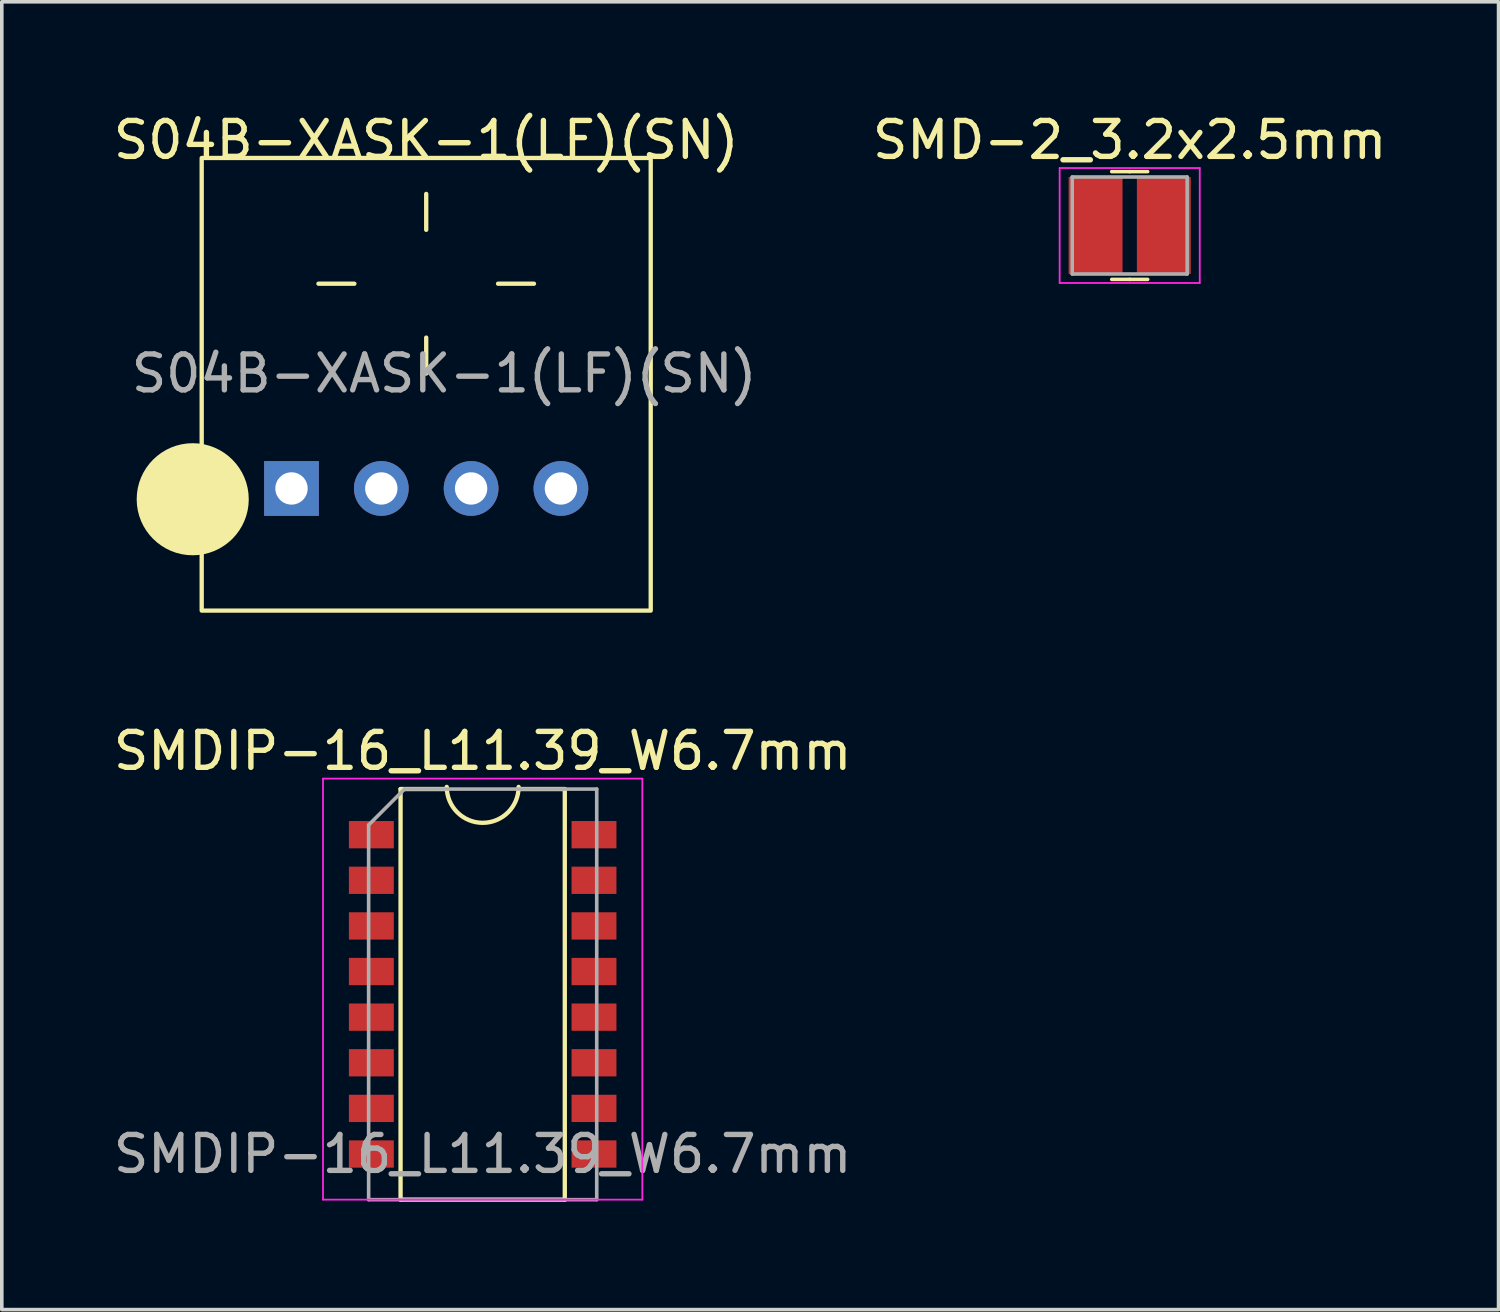
<source format=kicad_pcb>
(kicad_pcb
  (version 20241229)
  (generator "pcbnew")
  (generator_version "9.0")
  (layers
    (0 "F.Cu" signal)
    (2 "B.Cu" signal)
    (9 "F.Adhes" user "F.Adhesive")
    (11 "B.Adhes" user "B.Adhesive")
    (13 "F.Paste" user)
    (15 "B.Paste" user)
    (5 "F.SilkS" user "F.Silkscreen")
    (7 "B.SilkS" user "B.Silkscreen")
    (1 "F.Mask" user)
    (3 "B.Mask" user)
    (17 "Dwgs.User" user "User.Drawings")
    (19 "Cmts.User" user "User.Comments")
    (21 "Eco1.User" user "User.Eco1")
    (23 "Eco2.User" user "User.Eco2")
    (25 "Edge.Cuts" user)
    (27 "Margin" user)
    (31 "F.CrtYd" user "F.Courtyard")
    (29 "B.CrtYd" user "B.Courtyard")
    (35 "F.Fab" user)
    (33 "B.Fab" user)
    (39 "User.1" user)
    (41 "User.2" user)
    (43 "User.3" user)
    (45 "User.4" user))
  (footprint "S04B-XASK-1(LF)(SN)"
    (layer "F.Cu")
    (at 8.815 1.348)
    (property "Reference" "S04B-XASK-1(LF)(SN)" (at 0 -0.5 0) (unlocked yes) (layer "F.SilkS") (effects (font (size 1 1) (thickness 0.15))))
    (attr through_hole)
    (fp_line (start -2 3.5) (end -3 3.5) (stroke (width 0.12) (type solid)) (layer "F.SilkS"))
    (fp_line (start 0 2) (end 0 1) (stroke (width 0.12) (type solid)) (layer "F.SilkS"))
    (fp_line (start 0 5) (end 0 6) (stroke (width 0.12) (type solid)) (layer "F.SilkS"))
    (fp_line (start 2 3.5) (end 3 3.5) (stroke (width 0.12) (type solid)) (layer "F.SilkS"))
    (fp_rect (start -6.25 0) (end 6.25 12.6) (stroke (width 0.12) (type solid)) (fill no) (layer "F.SilkS"))
    (fp_circle (center -6.5 9.5) (end -5 9.5) (stroke (width 0.12) (type solid)) (fill yes) (layer "F.SilkS"))
    (fp_text user "${REFERENCE}" (at 0.5 6 0) (unlocked yes) (layer "F.Fab") (effects (font (size 1 1) (thickness 0.15))))
    (pad "" thru_hole circle (at 0 3.5) (size 0.001 0.001) (drill oval 2.8 2) (layers "*.Mask" "Dwgs.User"))
    (pad "1" thru_hole rect (at -3.75 9.2) (size 1.524 1.524) (drill 0.9) (layers "*.Cu" "*.Mask"))
    (pad "2" thru_hole circle (at -1.25 9.2) (size 1.524 1.524) (drill 0.9) (layers "*.Cu" "*.Mask"))
    (pad "3" thru_hole circle (at 1.25 9.2) (size 1.524 1.524) (drill 0.9) (layers "*.Cu" "*.Mask"))
    (pad "4" thru_hole circle (at 3.75 9.2) (size 1.524 1.524) (drill 0.9) (layers "*.Cu" "*.Mask")))
  (footprint "SMD-2_3.2x2.5mm"
    (layer "F.Cu")
    (at 28.399 3.228)
    (property "Reference" "SMD-2_3.2x2.5mm" (at 0 -2.38 0) (layer "F.SilkS") (effects (font (size 1 1) (thickness 0.15))))
    (attr smd)
    (fp_line (start -0.5 1.5) (end 0 1.5) (stroke (width 0.1) (type solid)) (layer "F.SilkS"))
    (fp_line (start 0 -1.5) (end -0.5 -1.5) (stroke (width 0.1) (type solid)) (layer "F.SilkS"))
    (fp_line (start 0 -1.5) (end 0.5 -1.5) (stroke (width 0.1) (type solid)) (layer "F.SilkS"))
    (fp_line (start 0 1.5) (end 0.5 1.5) (stroke (width 0.1) (type solid)) (layer "F.SilkS"))
    (fp_line (start -1.95 -1.6) (end -1.95 1.6) (stroke (width 0.05) (type solid)) (layer "F.CrtYd"))
    (fp_line (start 1.95 -1.6) (end -1.95 -1.6) (stroke (width 0.05) (type solid)) (layer "F.CrtYd"))
    (fp_line (start 1.95 -1.6) (end 1.95 1.6) (stroke (width 0.05) (type solid)) (layer "F.CrtYd"))
    (fp_line (start 1.95 1.6) (end -1.95 1.6) (stroke (width 0.05) (type solid)) (layer "F.CrtYd"))
    (fp_line (start -1.6 -1.35) (end -1.6 1.35) (stroke (width 0.1) (type solid)) (layer "F.Fab"))
    (fp_line (start -1.6 -1.35) (end 1.6 -1.35) (stroke (width 0.1) (type solid)) (layer "F.Fab"))
    (fp_line (start -1.6 1.35) (end 1.6 1.35) (stroke (width 0.1) (type solid)) (layer "F.Fab"))
    (fp_line (start 1.6 -1.35) (end 1.6 1.35) (stroke (width 0.1) (type solid)) (layer "F.Fab"))
    (pad "1" smd rect (at -0.95 0) (size 1.5 2.7) (layers "F.Cu" "F.Mask" "F.Paste"))
    (pad "2" smd rect (at 0.95 0) (size 1.5 2.7) (layers "F.Cu" "F.Mask" "F.Paste")))
  (footprint "SMDIP-16_L11.39_W6.7mm"
    (layer "F.Cu")
    (at 10.387 24.631)
    (property "Reference" "SMDIP-16_L11.39_W6.7mm" (at 0 -6.775 0) (layer "F.SilkS") (effects (font (size 1 1) (thickness 0.15))))
    (attr smd)
    (fp_line (start -2.286 -5.715) (end -2.286 5.715) (stroke (width 0.12) (type solid)) (layer "F.SilkS"))
    (fp_line (start -2.286 5.715) (end 2.286 5.715) (stroke (width 0.12) (type solid)) (layer "F.SilkS"))
    (fp_line (start -1.016 -5.715) (end -2.286 -5.715) (stroke (width 0.12) (type solid)) (layer "F.SilkS"))
    (fp_line (start 2.286 -5.715) (end 1.016 -5.715) (stroke (width 0.12) (type solid)) (layer "F.SilkS"))
    (fp_line (start 2.286 5.715) (end 2.286 -5.715) (stroke (width 0.12) (type solid)) (layer "F.SilkS"))
    (fp_arc (start 1 -5.775) (mid 0 -4.775) (end -1 -5.775) (stroke (width 0.12) (type solid)) (layer "F.SilkS"))
    (fp_line (start -4.445 -6.005) (end -4.445 5.715) (stroke (width 0.05) (type solid)) (layer "F.CrtYd"))
    (fp_line (start -4.445 5.715) (end 4.445 5.715) (stroke (width 0.05) (type solid)) (layer "F.CrtYd"))
    (fp_line (start 4.445 -6.005) (end -4.445 -6.005) (stroke (width 0.05) (type solid)) (layer "F.CrtYd"))
    (fp_line (start 4.445 5.715) (end 4.445 -6.005) (stroke (width 0.05) (type solid)) (layer "F.CrtYd"))
    (fp_line (start -3.175 -4.715) (end -2.175 -5.715) (stroke (width 0.1) (type solid)) (layer "F.Fab"))
    (fp_line (start -3.175 5.715) (end -3.175 -4.715) (stroke (width 0.1) (type solid)) (layer "F.Fab"))
    (fp_line (start -2.175 -5.715) (end 3.175 -5.715) (stroke (width 0.1) (type solid)) (layer "F.Fab"))
    (fp_line (start 3.175 -5.715) (end 3.175 5.715) (stroke (width 0.1) (type solid)) (layer "F.Fab"))
    (fp_line (start 3.175 5.715) (end -3.175 5.715) (stroke (width 0.1) (type solid)) (layer "F.Fab"))
    (fp_text user "${REFERENCE}" (at 0 4.445 0) (layer "F.Fab") (effects (font (size 1 1) (thickness 0.15))))
    (pad "1" smd rect (at -3.099 -4.445) (size 1.25 0.76) (layers "F.Cu" "F.Mask" "F.Paste"))
    (pad "2" smd rect (at -3.099 -3.175) (size 1.25 0.76) (layers "F.Cu" "F.Mask" "F.Paste"))
    (pad "3" smd rect (at -3.099 -1.905) (size 1.25 0.76) (layers "F.Cu" "F.Mask" "F.Paste"))
    (pad "4" smd rect (at -3.099 -0.635) (size 1.25 0.76) (layers "F.Cu" "F.Mask" "F.Paste"))
    (pad "5" smd rect (at -3.099 0.635) (size 1.25 0.76) (layers "F.Cu" "F.Mask" "F.Paste"))
    (pad "6" smd rect (at -3.099 1.905) (size 1.25 0.76) (layers "F.Cu" "F.Mask" "F.Paste"))
    (pad "7" smd rect (at -3.099 3.175) (size 1.25 0.76) (layers "F.Cu" "F.Mask" "F.Paste"))
    (pad "8" smd rect (at -3.099 4.445) (size 1.25 0.76) (layers "F.Cu" "F.Mask" "F.Paste"))
    (pad "9" smd rect (at 3.099 4.445) (size 1.25 0.76) (layers "F.Cu" "F.Mask" "F.Paste"))
    (pad "10" smd rect (at 3.099 3.175) (size 1.25 0.76) (layers "F.Cu" "F.Mask" "F.Paste"))
    (pad "11" smd rect (at 3.099 1.905) (size 1.25 0.76) (layers "F.Cu" "F.Mask" "F.Paste"))
    (pad "12" smd rect (at 3.099 0.635) (size 1.25 0.76) (layers "F.Cu" "F.Mask" "F.Paste"))
    (pad "13" smd rect (at 3.099 -0.635) (size 1.25 0.76) (layers "F.Cu" "F.Mask" "F.Paste"))
    (pad "14" smd rect (at 3.099 -1.905) (size 1.25 0.76) (layers "F.Cu" "F.Mask" "F.Paste"))
    (pad "15" smd rect (at 3.099 -3.175) (size 1.25 0.76) (layers "F.Cu" "F.Mask" "F.Paste"))
    (pad "16" smd rect (at 3.099 -4.445) (size 1.25 0.76) (layers "F.Cu" "F.Mask" "F.Paste")))
  (gr_rect
    (start -3 -3)
    (end 38.667 33.407)
    (stroke (width 0.1) (type default))
    (fill no)
    (layer "Edge.Cuts")))
</source>
